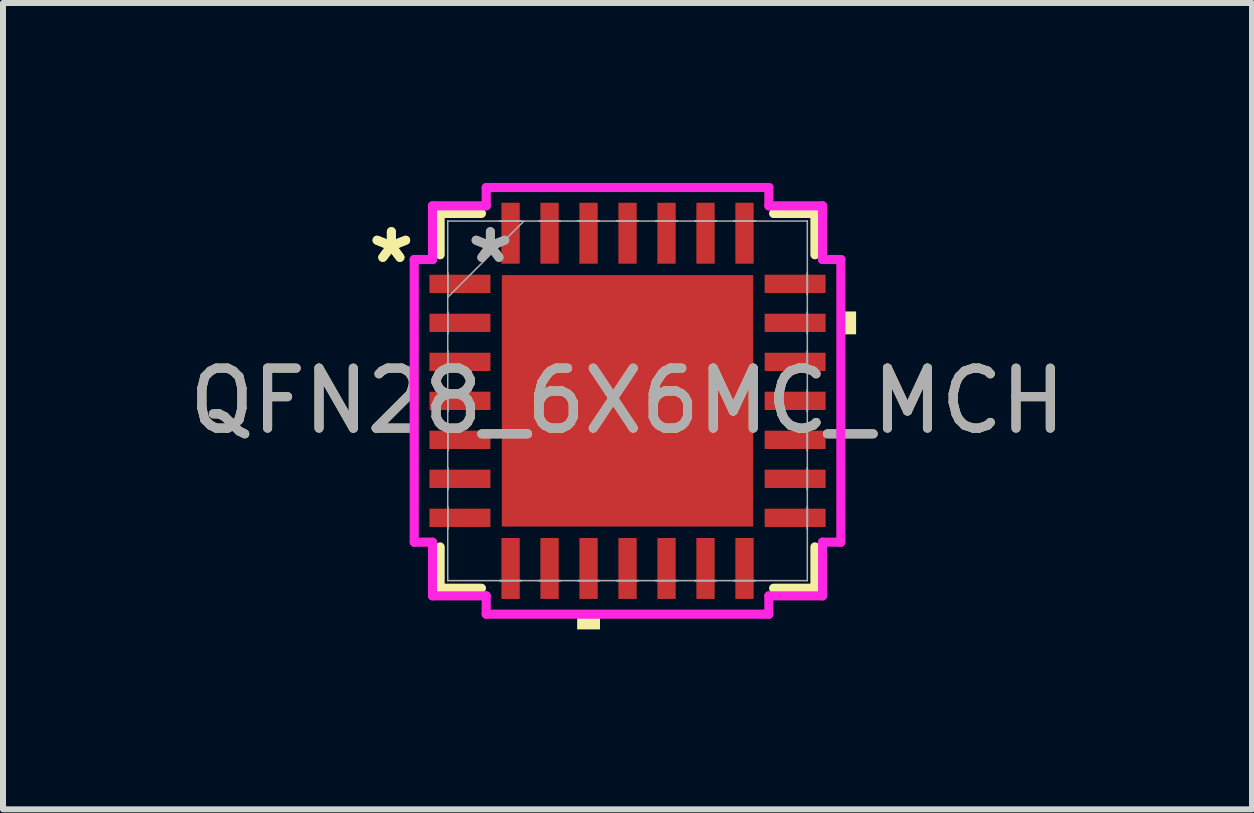
<source format=kicad_pcb>
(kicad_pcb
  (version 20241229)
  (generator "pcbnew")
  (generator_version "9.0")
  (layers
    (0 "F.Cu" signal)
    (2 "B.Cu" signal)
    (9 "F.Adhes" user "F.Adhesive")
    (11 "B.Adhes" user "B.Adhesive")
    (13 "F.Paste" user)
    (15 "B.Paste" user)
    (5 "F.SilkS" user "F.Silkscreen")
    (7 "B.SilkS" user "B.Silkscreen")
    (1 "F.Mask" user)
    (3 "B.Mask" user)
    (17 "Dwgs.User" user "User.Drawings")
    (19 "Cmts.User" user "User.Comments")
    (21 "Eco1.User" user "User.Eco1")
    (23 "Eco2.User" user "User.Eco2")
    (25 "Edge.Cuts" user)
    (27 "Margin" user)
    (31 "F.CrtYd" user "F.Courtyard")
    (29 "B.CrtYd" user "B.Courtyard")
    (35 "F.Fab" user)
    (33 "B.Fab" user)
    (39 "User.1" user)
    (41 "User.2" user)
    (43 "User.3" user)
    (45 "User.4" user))
  (footprint "QFN28_6X6MC_MCH"
    (layer "F.Cu")
    (at 7.411 3.632)
    (property "Reference" "QFN28_6X6MC_MCH" (at 0 0 0) (unlocked yes) (layer "F.SilkS") (effects (font (size 1 1) (thickness 0.15))))
    (attr smd)
    (fp_line (start -3.124 -3.124) (end -3.124 -2.435) (stroke (width 0.152) (type solid)) (layer "F.SilkS"))
    (fp_line (start -3.124 2.435) (end -3.124 3.124) (stroke (width 0.152) (type solid)) (layer "F.SilkS"))
    (fp_line (start -3.124 3.124) (end -2.435 3.124) (stroke (width 0.152) (type solid)) (layer "F.SilkS"))
    (fp_line (start -2.435 -3.124) (end -3.124 -3.124) (stroke (width 0.152) (type solid)) (layer "F.SilkS"))
    (fp_line (start 2.435 3.124) (end 3.124 3.124) (stroke (width 0.152) (type solid)) (layer "F.SilkS"))
    (fp_line (start 3.124 -3.124) (end 2.435 -3.124) (stroke (width 0.152) (type solid)) (layer "F.SilkS"))
    (fp_line (start 3.124 -2.435) (end 3.124 -3.124) (stroke (width 0.152) (type solid)) (layer "F.SilkS"))
    (fp_line (start 3.124 3.124) (end 3.124 2.435) (stroke (width 0.152) (type solid)) (layer "F.SilkS"))
    (fp_poly (pts (xy -0.84 3.556) (xy -0.84 3.81) (xy -0.459 3.81) (xy -0.459 3.556)) (stroke (width 0) (type solid)) (fill yes) (layer "F.SilkS"))
    (fp_poly (pts (xy 3.81 -1.49) (xy 3.81 -1.109) (xy 3.556 -1.109) (xy 3.556 -1.49)) (stroke (width 0) (type solid)) (fill yes) (layer "F.SilkS"))
    (fp_poly (pts (xy -1.996 -1.996) (xy -1.996 -0.798) (xy -0.798 -0.798) (xy -0.798 -1.996)) (stroke (width 0) (type solid)) (fill yes) (layer "F.Paste"))
    (fp_poly (pts (xy -1.996 -0.599) (xy -1.996 0.599) (xy -0.798 0.599) (xy -0.798 -0.599)) (stroke (width 0) (type solid)) (fill yes) (layer "F.Paste"))
    (fp_poly (pts (xy -1.996 0.798) (xy -1.996 1.996) (xy -0.798 1.996) (xy -0.798 0.798)) (stroke (width 0) (type solid)) (fill yes) (layer "F.Paste"))
    (fp_poly (pts (xy -0.599 -1.996) (xy -0.599 -0.798) (xy 0.599 -0.798) (xy 0.599 -1.996)) (stroke (width 0) (type solid)) (fill yes) (layer "F.Paste"))
    (fp_poly (pts (xy -0.599 -0.599) (xy -0.599 0.599) (xy 0.599 0.599) (xy 0.599 -0.599)) (stroke (width 0) (type solid)) (fill yes) (layer "F.Paste"))
    (fp_poly (pts (xy -0.599 0.798) (xy -0.599 1.996) (xy 0.599 1.996) (xy 0.599 0.798)) (stroke (width 0) (type solid)) (fill yes) (layer "F.Paste"))
    (fp_poly (pts (xy 0.798 -1.996) (xy 0.798 -0.798) (xy 1.996 -0.798) (xy 1.996 -1.996)) (stroke (width 0) (type solid)) (fill yes) (layer "F.Paste"))
    (fp_poly (pts (xy 0.798 -0.599) (xy 0.798 0.599) (xy 1.996 0.599) (xy 1.996 -0.599)) (stroke (width 0) (type solid)) (fill yes) (layer "F.Paste"))
    (fp_poly (pts (xy 0.798 0.798) (xy 0.798 1.996) (xy 1.996 1.996) (xy 1.996 0.798)) (stroke (width 0) (type solid)) (fill yes) (layer "F.Paste"))
    (fp_line (start -3.556 -2.356) (end -3.251 -2.356) (stroke (width 0.152) (type solid)) (layer "F.CrtYd"))
    (fp_line (start -3.556 2.356) (end -3.556 -2.356) (stroke (width 0.152) (type solid)) (layer "F.CrtYd"))
    (fp_line (start -3.251 -3.251) (end -2.356 -3.251) (stroke (width 0.152) (type solid)) (layer "F.CrtYd"))
    (fp_line (start -3.251 -2.356) (end -3.251 -3.251) (stroke (width 0.152) (type solid)) (layer "F.CrtYd"))
    (fp_line (start -3.251 2.356) (end -3.556 2.356) (stroke (width 0.152) (type solid)) (layer "F.CrtYd"))
    (fp_line (start -3.251 3.251) (end -3.251 2.356) (stroke (width 0.152) (type solid)) (layer "F.CrtYd"))
    (fp_line (start -2.356 -3.556) (end 2.356 -3.556) (stroke (width 0.152) (type solid)) (layer "F.CrtYd"))
    (fp_line (start -2.356 -3.251) (end -2.356 -3.556) (stroke (width 0.152) (type solid)) (layer "F.CrtYd"))
    (fp_line (start -2.356 3.251) (end -3.251 3.251) (stroke (width 0.152) (type solid)) (layer "F.CrtYd"))
    (fp_line (start -2.356 3.556) (end -2.356 3.251) (stroke (width 0.152) (type solid)) (layer "F.CrtYd"))
    (fp_line (start 2.356 -3.556) (end 2.356 -3.251) (stroke (width 0.152) (type solid)) (layer "F.CrtYd"))
    (fp_line (start 2.356 -3.251) (end 3.251 -3.251) (stroke (width 0.152) (type solid)) (layer "F.CrtYd"))
    (fp_line (start 2.356 3.251) (end 2.356 3.556) (stroke (width 0.152) (type solid)) (layer "F.CrtYd"))
    (fp_line (start 2.356 3.556) (end -2.356 3.556) (stroke (width 0.152) (type solid)) (layer "F.CrtYd"))
    (fp_line (start 3.251 -3.251) (end 3.251 -2.356) (stroke (width 0.152) (type solid)) (layer "F.CrtYd"))
    (fp_line (start 3.251 -2.356) (end 3.556 -2.356) (stroke (width 0.152) (type solid)) (layer "F.CrtYd"))
    (fp_line (start 3.251 2.356) (end 3.251 3.251) (stroke (width 0.152) (type solid)) (layer "F.CrtYd"))
    (fp_line (start 3.251 3.251) (end 2.356 3.251) (stroke (width 0.152) (type solid)) (layer "F.CrtYd"))
    (fp_line (start 3.556 -2.356) (end 3.556 2.356) (stroke (width 0.152) (type solid)) (layer "F.CrtYd"))
    (fp_line (start 3.556 2.356) (end 3.251 2.356) (stroke (width 0.152) (type solid)) (layer "F.CrtYd"))
    (fp_line (start -2.997 -2.997) (end -2.997 -2.997) (stroke (width 0.025) (type solid)) (layer "F.Fab"))
    (fp_line (start -2.997 -2.997) (end -2.997 2.997) (stroke (width 0.025) (type solid)) (layer "F.Fab"))
    (fp_line (start -2.997 -2.128) (end -2.997 -2.128) (stroke (width 0.025) (type solid)) (layer "F.Fab"))
    (fp_line (start -2.997 -2.128) (end -2.997 -1.772) (stroke (width 0.025) (type solid)) (layer "F.Fab"))
    (fp_line (start -2.997 -1.772) (end -2.997 -2.128) (stroke (width 0.025) (type solid)) (layer "F.Fab"))
    (fp_line (start -2.997 -1.772) (end -2.997 -1.772) (stroke (width 0.025) (type solid)) (layer "F.Fab"))
    (fp_line (start -2.997 -1.727) (end -1.727 -2.997) (stroke (width 0.025) (type solid)) (layer "F.Fab"))
    (fp_line (start -2.997 -1.478) (end -2.997 -1.478) (stroke (width 0.025) (type solid)) (layer "F.Fab"))
    (fp_line (start -2.997 -1.478) (end -2.997 -1.122) (stroke (width 0.025) (type solid)) (layer "F.Fab"))
    (fp_line (start -2.997 -1.122) (end -2.997 -1.478) (stroke (width 0.025) (type solid)) (layer "F.Fab"))
    (fp_line (start -2.997 -1.122) (end -2.997 -1.122) (stroke (width 0.025) (type solid)) (layer "F.Fab"))
    (fp_line (start -2.997 -0.828) (end -2.997 -0.828) (stroke (width 0.025) (type solid)) (layer "F.Fab"))
    (fp_line (start -2.997 -0.828) (end -2.997 -0.472) (stroke (width 0.025) (type solid)) (layer "F.Fab"))
    (fp_line (start -2.997 -0.472) (end -2.997 -0.828) (stroke (width 0.025) (type solid)) (layer "F.Fab"))
    (fp_line (start -2.997 -0.472) (end -2.997 -0.472) (stroke (width 0.025) (type solid)) (layer "F.Fab"))
    (fp_line (start -2.997 -0.178) (end -2.997 -0.178) (stroke (width 0.025) (type solid)) (layer "F.Fab"))
    (fp_line (start -2.997 -0.178) (end -2.997 0.178) (stroke (width 0.025) (type solid)) (layer "F.Fab"))
    (fp_line (start -2.997 0.178) (end -2.997 -0.178) (stroke (width 0.025) (type solid)) (layer "F.Fab"))
    (fp_line (start -2.997 0.178) (end -2.997 0.178) (stroke (width 0.025) (type solid)) (layer "F.Fab"))
    (fp_line (start -2.997 0.472) (end -2.997 0.472) (stroke (width 0.025) (type solid)) (layer "F.Fab"))
    (fp_line (start -2.997 0.472) (end -2.997 0.828) (stroke (width 0.025) (type solid)) (layer "F.Fab"))
    (fp_line (start -2.997 0.828) (end -2.997 0.472) (stroke (width 0.025) (type solid)) (layer "F.Fab"))
    (fp_line (start -2.997 0.828) (end -2.997 0.828) (stroke (width 0.025) (type solid)) (layer "F.Fab"))
    (fp_line (start -2.997 1.122) (end -2.997 1.122) (stroke (width 0.025) (type solid)) (layer "F.Fab"))
    (fp_line (start -2.997 1.122) (end -2.997 1.478) (stroke (width 0.025) (type solid)) (layer "F.Fab"))
    (fp_line (start -2.997 1.478) (end -2.997 1.122) (stroke (width 0.025) (type solid)) (layer "F.Fab"))
    (fp_line (start -2.997 1.478) (end -2.997 1.478) (stroke (width 0.025) (type solid)) (layer "F.Fab"))
    (fp_line (start -2.997 1.772) (end -2.997 1.772) (stroke (width 0.025) (type solid)) (layer "F.Fab"))
    (fp_line (start -2.997 1.772) (end -2.997 2.128) (stroke (width 0.025) (type solid)) (layer "F.Fab"))
    (fp_line (start -2.997 2.128) (end -2.997 1.772) (stroke (width 0.025) (type solid)) (layer "F.Fab"))
    (fp_line (start -2.997 2.128) (end -2.997 2.128) (stroke (width 0.025) (type solid)) (layer "F.Fab"))
    (fp_line (start -2.997 2.997) (end -2.997 2.997) (stroke (width 0.025) (type solid)) (layer "F.Fab"))
    (fp_line (start -2.997 2.997) (end 2.997 2.997) (stroke (width 0.025) (type solid)) (layer "F.Fab"))
    (fp_line (start -2.128 -2.997) (end -2.128 -2.997) (stroke (width 0.025) (type solid)) (layer "F.Fab"))
    (fp_line (start -2.128 -2.997) (end -1.772 -2.997) (stroke (width 0.025) (type solid)) (layer "F.Fab"))
    (fp_line (start -2.128 2.997) (end -2.128 2.997) (stroke (width 0.025) (type solid)) (layer "F.Fab"))
    (fp_line (start -2.128 2.997) (end -1.772 2.997) (stroke (width 0.025) (type solid)) (layer "F.Fab"))
    (fp_line (start -1.772 -2.997) (end -2.128 -2.997) (stroke (width 0.025) (type solid)) (layer "F.Fab"))
    (fp_line (start -1.772 -2.997) (end -1.772 -2.997) (stroke (width 0.025) (type solid)) (layer "F.Fab"))
    (fp_line (start -1.772 2.997) (end -2.128 2.997) (stroke (width 0.025) (type solid)) (layer "F.Fab"))
    (fp_line (start -1.772 2.997) (end -1.772 2.997) (stroke (width 0.025) (type solid)) (layer "F.Fab"))
    (fp_line (start -1.478 -2.997) (end -1.478 -2.997) (stroke (width 0.025) (type solid)) (layer "F.Fab"))
    (fp_line (start -1.478 -2.997) (end -1.122 -2.997) (stroke (width 0.025) (type solid)) (layer "F.Fab"))
    (fp_line (start -1.478 2.997) (end -1.478 2.997) (stroke (width 0.025) (type solid)) (layer "F.Fab"))
    (fp_line (start -1.478 2.997) (end -1.122 2.997) (stroke (width 0.025) (type solid)) (layer "F.Fab"))
    (fp_line (start -1.122 -2.997) (end -1.478 -2.997) (stroke (width 0.025) (type solid)) (layer "F.Fab"))
    (fp_line (start -1.122 -2.997) (end -1.122 -2.997) (stroke (width 0.025) (type solid)) (layer "F.Fab"))
    (fp_line (start -1.122 2.997) (end -1.478 2.997) (stroke (width 0.025) (type solid)) (layer "F.Fab"))
    (fp_line (start -1.122 2.997) (end -1.122 2.997) (stroke (width 0.025) (type solid)) (layer "F.Fab"))
    (fp_line (start -0.828 -2.997) (end -0.828 -2.997) (stroke (width 0.025) (type solid)) (layer "F.Fab"))
    (fp_line (start -0.828 -2.997) (end -0.472 -2.997) (stroke (width 0.025) (type solid)) (layer "F.Fab"))
    (fp_line (start -0.828 2.997) (end -0.828 2.997) (stroke (width 0.025) (type solid)) (layer "F.Fab"))
    (fp_line (start -0.828 2.997) (end -0.472 2.997) (stroke (width 0.025) (type solid)) (layer "F.Fab"))
    (fp_line (start -0.472 -2.997) (end -0.828 -2.997) (stroke (width 0.025) (type solid)) (layer "F.Fab"))
    (fp_line (start -0.472 -2.997) (end -0.472 -2.997) (stroke (width 0.025) (type solid)) (layer "F.Fab"))
    (fp_line (start -0.472 2.997) (end -0.828 2.997) (stroke (width 0.025) (type solid)) (layer "F.Fab"))
    (fp_line (start -0.472 2.997) (end -0.472 2.997) (stroke (width 0.025) (type solid)) (layer "F.Fab"))
    (fp_line (start -0.178 -2.997) (end -0.178 -2.997) (stroke (width 0.025) (type solid)) (layer "F.Fab"))
    (fp_line (start -0.178 -2.997) (end 0.178 -2.997) (stroke (width 0.025) (type solid)) (layer "F.Fab"))
    (fp_line (start -0.178 2.997) (end -0.178 2.997) (stroke (width 0.025) (type solid)) (layer "F.Fab"))
    (fp_line (start -0.178 2.997) (end 0.178 2.997) (stroke (width 0.025) (type solid)) (layer "F.Fab"))
    (fp_line (start 0.178 -2.997) (end -0.178 -2.997) (stroke (width 0.025) (type solid)) (layer "F.Fab"))
    (fp_line (start 0.178 -2.997) (end 0.178 -2.997) (stroke (width 0.025) (type solid)) (layer "F.Fab"))
    (fp_line (start 0.178 2.997) (end -0.178 2.997) (stroke (width 0.025) (type solid)) (layer "F.Fab"))
    (fp_line (start 0.178 2.997) (end 0.178 2.997) (stroke (width 0.025) (type solid)) (layer "F.Fab"))
    (fp_line (start 0.472 -2.997) (end 0.472 -2.997) (stroke (width 0.025) (type solid)) (layer "F.Fab"))
    (fp_line (start 0.472 -2.997) (end 0.828 -2.997) (stroke (width 0.025) (type solid)) (layer "F.Fab"))
    (fp_line (start 0.472 2.997) (end 0.472 2.997) (stroke (width 0.025) (type solid)) (layer "F.Fab"))
    (fp_line (start 0.472 2.997) (end 0.828 2.997) (stroke (width 0.025) (type solid)) (layer "F.Fab"))
    (fp_line (start 0.828 -2.997) (end 0.472 -2.997) (stroke (width 0.025) (type solid)) (layer "F.Fab"))
    (fp_line (start 0.828 -2.997) (end 0.828 -2.997) (stroke (width 0.025) (type solid)) (layer "F.Fab"))
    (fp_line (start 0.828 2.997) (end 0.472 2.997) (stroke (width 0.025) (type solid)) (layer "F.Fab"))
    (fp_line (start 0.828 2.997) (end 0.828 2.997) (stroke (width 0.025) (type solid)) (layer "F.Fab"))
    (fp_line (start 1.122 -2.997) (end 1.122 -2.997) (stroke (width 0.025) (type solid)) (layer "F.Fab"))
    (fp_line (start 1.122 -2.997) (end 1.478 -2.997) (stroke (width 0.025) (type solid)) (layer "F.Fab"))
    (fp_line (start 1.122 2.997) (end 1.122 2.997) (stroke (width 0.025) (type solid)) (layer "F.Fab"))
    (fp_line (start 1.122 2.997) (end 1.478 2.997) (stroke (width 0.025) (type solid)) (layer "F.Fab"))
    (fp_line (start 1.478 -2.997) (end 1.122 -2.997) (stroke (width 0.025) (type solid)) (layer "F.Fab"))
    (fp_line (start 1.478 -2.997) (end 1.478 -2.997) (stroke (width 0.025) (type solid)) (layer "F.Fab"))
    (fp_line (start 1.478 2.997) (end 1.122 2.997) (stroke (width 0.025) (type solid)) (layer "F.Fab"))
    (fp_line (start 1.478 2.997) (end 1.478 2.997) (stroke (width 0.025) (type solid)) (layer "F.Fab"))
    (fp_line (start 1.772 -2.997) (end 1.772 -2.997) (stroke (width 0.025) (type solid)) (layer "F.Fab"))
    (fp_line (start 1.772 -2.997) (end 2.128 -2.997) (stroke (width 0.025) (type solid)) (layer "F.Fab"))
    (fp_line (start 1.772 2.997) (end 1.772 2.997) (stroke (width 0.025) (type solid)) (layer "F.Fab"))
    (fp_line (start 1.772 2.997) (end 2.128 2.997) (stroke (width 0.025) (type solid)) (layer "F.Fab"))
    (fp_line (start 2.128 -2.997) (end 1.772 -2.997) (stroke (width 0.025) (type solid)) (layer "F.Fab"))
    (fp_line (start 2.128 -2.997) (end 2.128 -2.997) (stroke (width 0.025) (type solid)) (layer "F.Fab"))
    (fp_line (start 2.128 2.997) (end 1.772 2.997) (stroke (width 0.025) (type solid)) (layer "F.Fab"))
    (fp_line (start 2.128 2.997) (end 2.128 2.997) (stroke (width 0.025) (type solid)) (layer "F.Fab"))
    (fp_line (start 2.997 -2.997) (end -2.997 -2.997) (stroke (width 0.025) (type solid)) (layer "F.Fab"))
    (fp_line (start 2.997 -2.997) (end 2.997 -2.997) (stroke (width 0.025) (type solid)) (layer "F.Fab"))
    (fp_line (start 2.997 -2.128) (end 2.997 -2.128) (stroke (width 0.025) (type solid)) (layer "F.Fab"))
    (fp_line (start 2.997 -2.128) (end 2.997 -1.772) (stroke (width 0.025) (type solid)) (layer "F.Fab"))
    (fp_line (start 2.997 -1.772) (end 2.997 -2.128) (stroke (width 0.025) (type solid)) (layer "F.Fab"))
    (fp_line (start 2.997 -1.772) (end 2.997 -1.772) (stroke (width 0.025) (type solid)) (layer "F.Fab"))
    (fp_line (start 2.997 -1.478) (end 2.997 -1.478) (stroke (width 0.025) (type solid)) (layer "F.Fab"))
    (fp_line (start 2.997 -1.478) (end 2.997 -1.122) (stroke (width 0.025) (type solid)) (layer "F.Fab"))
    (fp_line (start 2.997 -1.122) (end 2.997 -1.478) (stroke (width 0.025) (type solid)) (layer "F.Fab"))
    (fp_line (start 2.997 -1.122) (end 2.997 -1.122) (stroke (width 0.025) (type solid)) (layer "F.Fab"))
    (fp_line (start 2.997 -0.828) (end 2.997 -0.828) (stroke (width 0.025) (type solid)) (layer "F.Fab"))
    (fp_line (start 2.997 -0.828) (end 2.997 -0.472) (stroke (width 0.025) (type solid)) (layer "F.Fab"))
    (fp_line (start 2.997 -0.472) (end 2.997 -0.828) (stroke (width 0.025) (type solid)) (layer "F.Fab"))
    (fp_line (start 2.997 -0.472) (end 2.997 -0.472) (stroke (width 0.025) (type solid)) (layer "F.Fab"))
    (fp_line (start 2.997 -0.178) (end 2.997 -0.178) (stroke (width 0.025) (type solid)) (layer "F.Fab"))
    (fp_line (start 2.997 -0.178) (end 2.997 0.178) (stroke (width 0.025) (type solid)) (layer "F.Fab"))
    (fp_line (start 2.997 0.178) (end 2.997 -0.178) (stroke (width 0.025) (type solid)) (layer "F.Fab"))
    (fp_line (start 2.997 0.178) (end 2.997 0.178) (stroke (width 0.025) (type solid)) (layer "F.Fab"))
    (fp_line (start 2.997 0.472) (end 2.997 0.472) (stroke (width 0.025) (type solid)) (layer "F.Fab"))
    (fp_line (start 2.997 0.472) (end 2.997 0.828) (stroke (width 0.025) (type solid)) (layer "F.Fab"))
    (fp_line (start 2.997 0.828) (end 2.997 0.472) (stroke (width 0.025) (type solid)) (layer "F.Fab"))
    (fp_line (start 2.997 0.828) (end 2.997 0.828) (stroke (width 0.025) (type solid)) (layer "F.Fab"))
    (fp_line (start 2.997 1.122) (end 2.997 1.122) (stroke (width 0.025) (type solid)) (layer "F.Fab"))
    (fp_line (start 2.997 1.122) (end 2.997 1.478) (stroke (width 0.025) (type solid)) (layer "F.Fab"))
    (fp_line (start 2.997 1.478) (end 2.997 1.122) (stroke (width 0.025) (type solid)) (layer "F.Fab"))
    (fp_line (start 2.997 1.478) (end 2.997 1.478) (stroke (width 0.025) (type solid)) (layer "F.Fab"))
    (fp_line (start 2.997 1.772) (end 2.997 1.772) (stroke (width 0.025) (type solid)) (layer "F.Fab"))
    (fp_line (start 2.997 1.772) (end 2.997 2.128) (stroke (width 0.025) (type solid)) (layer "F.Fab"))
    (fp_line (start 2.997 2.128) (end 2.997 1.772) (stroke (width 0.025) (type solid)) (layer "F.Fab"))
    (fp_line (start 2.997 2.128) (end 2.997 2.128) (stroke (width 0.025) (type solid)) (layer "F.Fab"))
    (fp_line (start 2.997 2.997) (end 2.997 -2.997) (stroke (width 0.025) (type solid)) (layer "F.Fab"))
    (fp_line (start 2.997 2.997) (end 2.997 2.997) (stroke (width 0.025) (type solid)) (layer "F.Fab"))
    (fp_text user "*" (at -3.937 -2.275 0) (unlocked yes) (layer "F.SilkS") (effects (font (size 1 1) (thickness 0.15))))
    (fp_text user "*" (at -3.937 -2.275 0) (layer "F.SilkS") (effects (font (size 1 1) (thickness 0.15))))
    (fp_text user "${REFERENCE}" (at 0 0 0) (unlocked yes) (layer "F.Fab") (effects (font (size 1 1) (thickness 0.15))))
    (fp_text user "*" (at -2.286 -2.275 0) (layer "F.Fab") (effects (font (size 1 1) (thickness 0.15))))
    (fp_text user "*" (at -2.286 -2.275 0) (unlocked yes) (layer "F.Fab") (effects (font (size 1 1) (thickness 0.15))))
    (pad "1" smd rect (at -2.794 -1.95 90) (size 0.305 1.016) (layers "F.Cu" "F.Mask" "F.Paste"))
    (pad "2" smd rect (at -2.794 -1.3 90) (size 0.305 1.016) (layers "F.Cu" "F.Mask" "F.Paste"))
    (pad "3" smd rect (at -2.794 -0.65 90) (size 0.305 1.016) (layers "F.Cu" "F.Mask" "F.Paste"))
    (pad "4" smd rect (at -2.794 0 90) (size 0.305 1.016) (layers "F.Cu" "F.Mask" "F.Paste"))
    (pad "5" smd rect (at -2.794 0.65 90) (size 0.305 1.016) (layers "F.Cu" "F.Mask" "F.Paste"))
    (pad "6" smd rect (at -2.794 1.3 90) (size 0.305 1.016) (layers "F.Cu" "F.Mask" "F.Paste"))
    (pad "7" smd rect (at -2.794 1.95 90) (size 0.305 1.016) (layers "F.Cu" "F.Mask" "F.Paste"))
    (pad "8" smd rect (at -1.95 2.794) (size 0.305 1.016) (layers "F.Cu" "F.Mask" "F.Paste"))
    (pad "9" smd rect (at -1.3 2.794) (size 0.305 1.016) (layers "F.Cu" "F.Mask" "F.Paste"))
    (pad "10" smd rect (at -0.65 2.794) (size 0.305 1.016) (layers "F.Cu" "F.Mask" "F.Paste"))
    (pad "11" smd rect (at 0 2.794) (size 0.305 1.016) (layers "F.Cu" "F.Mask" "F.Paste"))
    (pad "12" smd rect (at 0.65 2.794) (size 0.305 1.016) (layers "F.Cu" "F.Mask" "F.Paste"))
    (pad "13" smd rect (at 1.3 2.794) (size 0.305 1.016) (layers "F.Cu" "F.Mask" "F.Paste"))
    (pad "14" smd rect (at 1.95 2.794) (size 0.305 1.016) (layers "F.Cu" "F.Mask" "F.Paste"))
    (pad "15" smd rect (at 2.794 1.95 90) (size 0.305 1.016) (layers "F.Cu" "F.Mask" "F.Paste"))
    (pad "16" smd rect (at 2.794 1.3 90) (size 0.305 1.016) (layers "F.Cu" "F.Mask" "F.Paste"))
    (pad "17" smd rect (at 2.794 0.65 90) (size 0.305 1.016) (layers "F.Cu" "F.Mask" "F.Paste"))
    (pad "18" smd rect (at 2.794 0 90) (size 0.305 1.016) (layers "F.Cu" "F.Mask" "F.Paste"))
    (pad "19" smd rect (at 2.794 -0.65 90) (size 0.305 1.016) (layers "F.Cu" "F.Mask" "F.Paste"))
    (pad "20" smd rect (at 2.794 -1.3 90) (size 0.305 1.016) (layers "F.Cu" "F.Mask" "F.Paste"))
    (pad "21" smd rect (at 2.794 -1.95 90) (size 0.305 1.016) (layers "F.Cu" "F.Mask" "F.Paste"))
    (pad "22" smd rect (at 1.95 -2.794) (size 0.305 1.016) (layers "F.Cu" "F.Mask" "F.Paste"))
    (pad "23" smd rect (at 1.3 -2.794) (size 0.305 1.016) (layers "F.Cu" "F.Mask" "F.Paste"))
    (pad "24" smd rect (at 0.65 -2.794) (size 0.305 1.016) (layers "F.Cu" "F.Mask" "F.Paste"))
    (pad "25" smd rect (at 0 -2.794) (size 0.305 1.016) (layers "F.Cu" "F.Mask" "F.Paste"))
    (pad "26" smd rect (at -0.65 -2.794) (size 0.305 1.016) (layers "F.Cu" "F.Mask" "F.Paste"))
    (pad "27" smd rect (at -1.3 -2.794) (size 0.305 1.016) (layers "F.Cu" "F.Mask" "F.Paste"))
    (pad "28" smd rect (at -1.95 -2.794) (size 0.305 1.016) (layers "F.Cu" "F.Mask" "F.Paste"))
    (pad "29" smd rect (at 0 0) (size 4.191 4.191) (layers "F.Cu" "F.Mask" "F.Paste")))
  (gr_rect
    (start -3 -3)
    (end 17.821 10.442)
    (stroke (width 0.1) (type default))
    (fill no)
    (layer "Edge.Cuts")))
</source>
